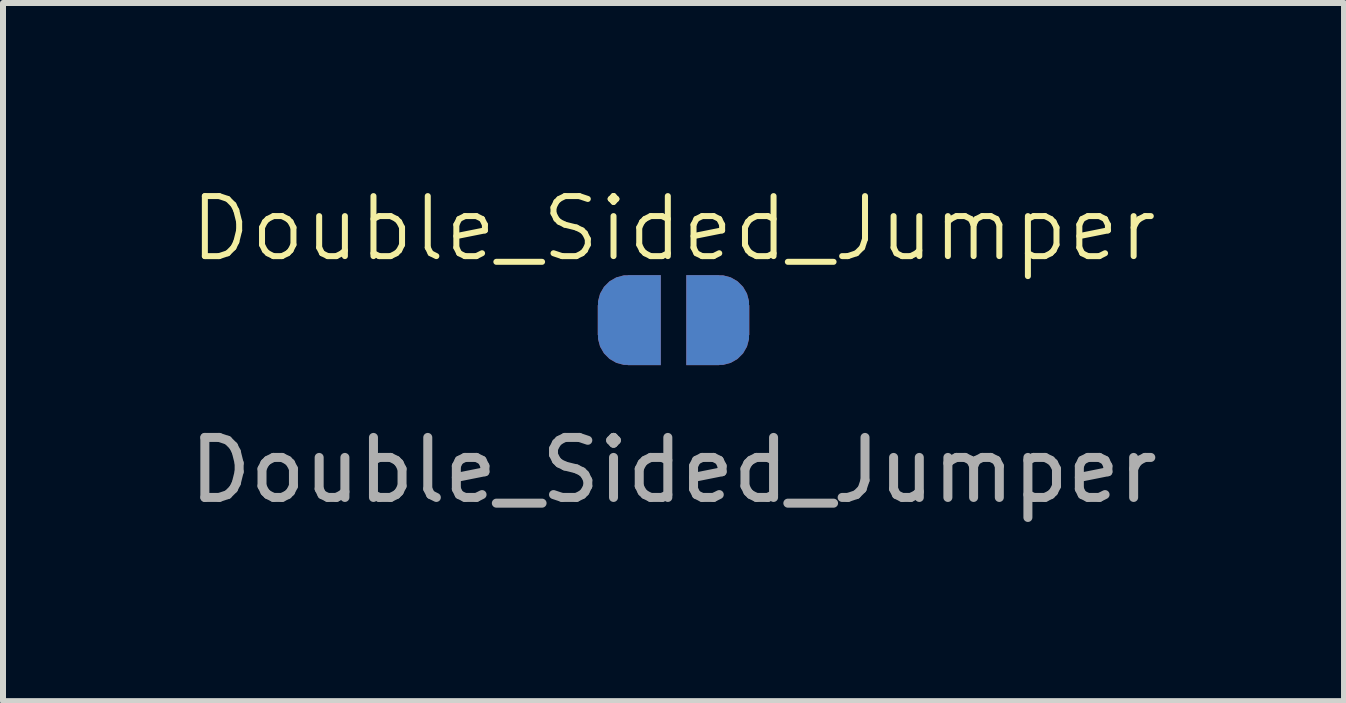
<source format=kicad_pcb>
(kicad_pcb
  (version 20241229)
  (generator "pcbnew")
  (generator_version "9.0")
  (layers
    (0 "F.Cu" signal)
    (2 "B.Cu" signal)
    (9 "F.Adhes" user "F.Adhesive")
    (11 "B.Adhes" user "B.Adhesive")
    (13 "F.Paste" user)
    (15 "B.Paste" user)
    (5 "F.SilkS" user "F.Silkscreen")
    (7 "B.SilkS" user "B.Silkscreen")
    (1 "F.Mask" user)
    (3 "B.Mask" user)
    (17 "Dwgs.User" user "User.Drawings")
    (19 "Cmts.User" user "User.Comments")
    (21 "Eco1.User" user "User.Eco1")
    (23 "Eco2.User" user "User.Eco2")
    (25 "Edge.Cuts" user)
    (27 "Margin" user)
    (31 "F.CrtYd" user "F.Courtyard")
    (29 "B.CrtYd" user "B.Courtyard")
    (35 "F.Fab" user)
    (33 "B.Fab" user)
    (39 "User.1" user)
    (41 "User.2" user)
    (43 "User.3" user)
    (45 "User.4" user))
  (footprint "Double_Sided_Jumper"
    (layer "F.Cu")
    (at 8.173 2.284)
    (property "Reference" "Double_Sided_Jumper" (at 0 -1.524 0) (unlocked yes) (layer "F.SilkS") (effects (font (size 1 1) (thickness 0.1))))
    (attr smd)
    (fp_text user "${REFERENCE}" (at 0 2.5 0) (unlocked yes) (layer "F.Fab") (effects (font (size 1 1) (thickness 0.15))))
    (pad "1" smd custom (at 0.762 0) (size 1 0.5) (layers "F.Cu" "F.Mask") (options (anchor rect)) (primitives (gr_circle (center 0 0.25) (end 0.5 0.25) (width 0) (fill yes)) (gr_circle (center 0 -0.25) (end 0.5 -0.25) (width 0) (fill yes)) (gr_poly (pts (xy 0 0.75) (xy -0.55 0.75) (xy -0.55 -0.75) (xy 0 -0.75)) (width 0) (fill yes))))
    (pad "2" smd custom (at -0.762 0 180) (size 1 0.5) (layers "F.Cu" "F.Mask") (options (anchor rect)) (primitives (gr_circle (center 0 0.25) (end 0.5 0.25) (width 0) (fill yes)) (gr_circle (center 0 -0.25) (end 0.5 -0.25) (width 0) (fill yes)) (gr_poly (pts (xy 0 0.75) (xy -0.55 0.75) (xy -0.55 -0.75) (xy 0 -0.75)) (width 0) (fill yes))))
    (pad "2" smd custom (at -0.762 0) (size 1 0.5) (layers "B.Cu" "B.Mask") (options (anchor rect)) (primitives (gr_circle (center 0 0.25) (end 0.5 0.25) (width 0) (fill yes)) (gr_circle (center 0 -0.25) (end 0.5 -0.25) (width 0) (fill yes)) (gr_poly (pts (xy 0 0.75) (xy 0.55 0.75) (xy 0.55 -0.75) (xy 0 -0.75)) (width 0) (fill yes))))
    (pad "3" smd custom (at 0.762 0 180) (size 1 0.5) (layers "B.Cu" "B.Mask") (options (anchor rect)) (primitives (gr_circle (center 0 0.25) (end 0.5 0.25) (width 0) (fill yes)) (gr_circle (center 0 -0.25) (end 0.5 -0.25) (width 0) (fill yes)) (gr_poly (pts (xy 0 0.75) (xy 0.55 0.75) (xy 0.55 -0.75) (xy 0 -0.75)) (width 0) (fill yes)))))
  (gr_rect
    (start -3 -3)
    (end 19.345 8.633)
    (stroke (width 0.1) (type default))
    (fill no)
    (layer "Edge.Cuts")))
</source>
